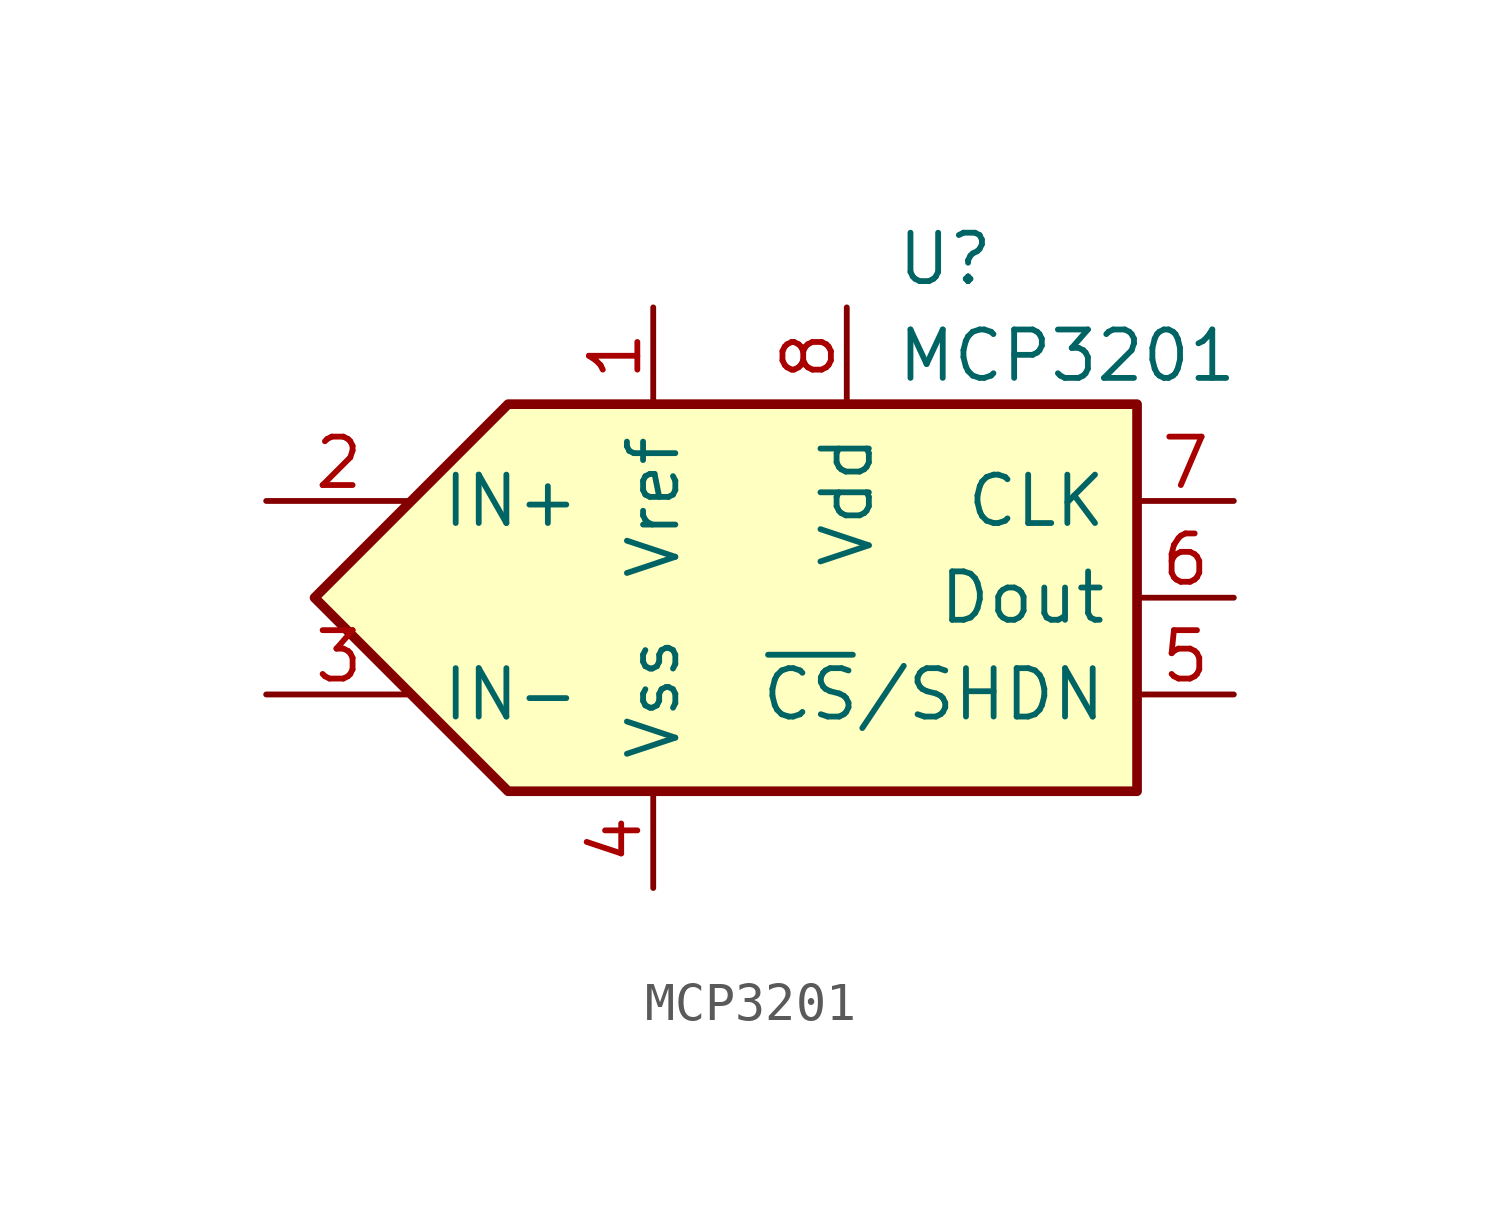
<source format=kicad_sym>
(kicad_symbol_lib
  (version 20220914)
  (generator kicad_symbol_editor)
  (symbol "MCP3201"
    (pin_names
      (offset 0.762))
    (property "Reference" "U"
      (at 3.81 8.89 0)
      (effects (font (size 1.27 1.27)) (justify left)))
    (property "Value" "MCP3201"
      (at 3.81 6.35 0)
      (effects (font (size 1.27 1.27)) (justify left)))
    (symbol "MCP3201_0_0"
      (polyline (pts (xy -11.43 0) (xy -6.35 5.08) (xy 10.16 5.08) (xy 10.16 -5.08) (xy -6.35 -5.08) (xy -11.43 0)) (stroke (width 0.254) (type solid)) (fill (type background))))
    (symbol "MCP3201_1_1"
      (pin power_in line (at -2.54 7.62 270) (length 2.54) (name "Vref" (effects (font (size 1.27 1.27)))) (number "1" (effects (font (size 1.27 1.27)))))
      (pin input line (at -12.7 2.54 0) (length 3.81) (name "IN+" (effects (font (size 1.27 1.27)))) (number "2" (effects (font (size 1.27 1.27)))))
      (pin input line (at -12.7 -2.54 0) (length 3.81) (name "IN-" (effects (font (size 1.27 1.27)))) (number "3" (effects (font (size 1.27 1.27)))))
      (pin power_in line (at -2.54 -7.62 90) (length 2.54) (name "Vss" (effects (font (size 1.27 1.27)))) (number "4" (effects (font (size 1.27 1.27)))))
      (pin input line (at 12.7 -2.54 180) (length 2.54) (name "~{CS}/SHDN" (effects (font (size 1.27 1.27)))) (number "5" (effects (font (size 1.27 1.27)))))
      (pin tri_state line (at 12.7 0 180) (length 2.54) (name "Dout" (effects (font (size 1.27 1.27)))) (number "6" (effects (font (size 1.27 1.27)))))
      (pin input line (at 12.7 2.54 180) (length 2.54) (name "CLK" (effects (font (size 1.27 1.27)))) (number "7" (effects (font (size 1.27 1.27)))))
      (pin power_in line (at 2.54 7.62 270) (length 2.54) (name "Vdd" (effects (font (size 1.27 1.27)))) (number "8" (effects (font (size 1.27 1.27))))))))
</source>
